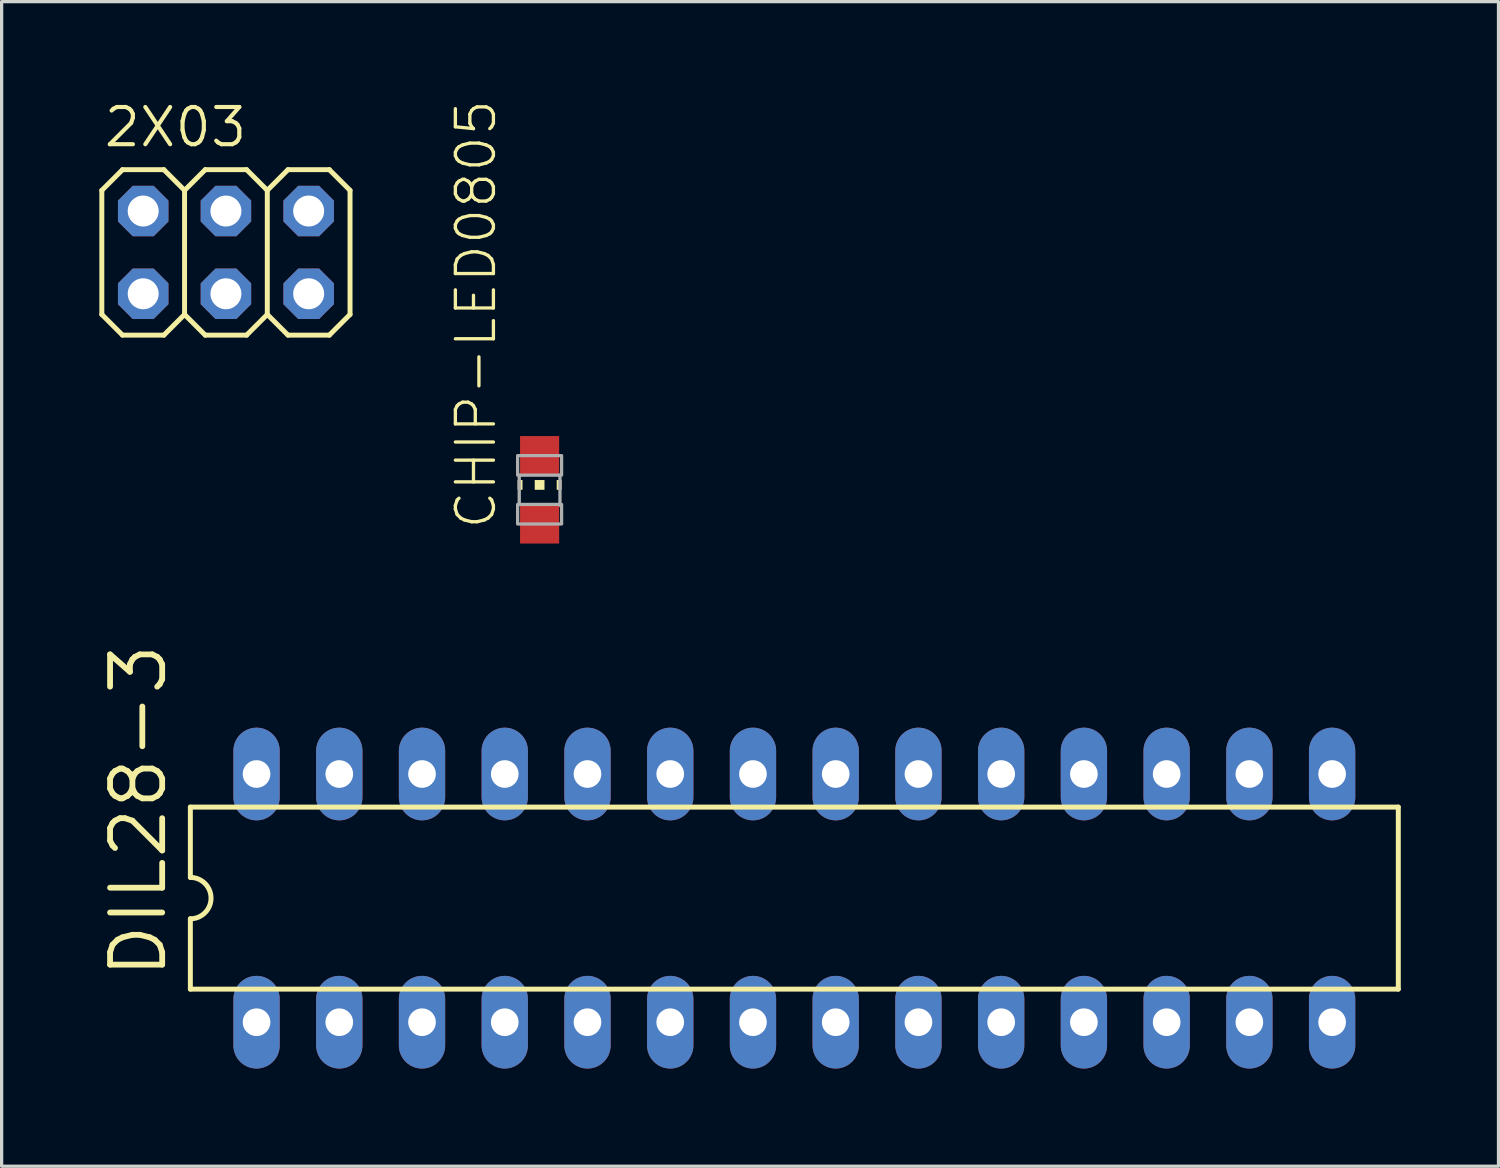
<source format=kicad_pcb>
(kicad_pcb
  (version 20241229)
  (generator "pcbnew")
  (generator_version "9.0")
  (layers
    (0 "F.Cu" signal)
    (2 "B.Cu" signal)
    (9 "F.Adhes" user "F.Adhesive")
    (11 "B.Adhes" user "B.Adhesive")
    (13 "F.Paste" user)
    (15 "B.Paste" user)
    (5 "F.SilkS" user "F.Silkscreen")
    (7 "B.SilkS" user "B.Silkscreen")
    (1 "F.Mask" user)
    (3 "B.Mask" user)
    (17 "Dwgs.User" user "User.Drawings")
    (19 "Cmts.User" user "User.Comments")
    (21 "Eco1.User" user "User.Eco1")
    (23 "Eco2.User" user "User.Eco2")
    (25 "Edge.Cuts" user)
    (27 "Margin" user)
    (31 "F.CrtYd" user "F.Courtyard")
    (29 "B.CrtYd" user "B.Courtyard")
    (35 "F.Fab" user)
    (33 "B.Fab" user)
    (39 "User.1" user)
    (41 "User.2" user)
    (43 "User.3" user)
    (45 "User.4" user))
  (footprint "CHIP-LED0805"
    (layer "F.Cu")
    (at 13.516 11.987)
    (property "Reference" "CHIP-LED0805" (at -1.27 1.27 90) (layer "F.SilkS") (effects (font (size 1.168 1.168) (thickness 0.102)) (justify left bottom)))
    (fp_poly (pts (xy -0.675 0) (xy -0.525 0) (xy -0.525 -0.3) (xy -0.675 -0.3)) (stroke (width 0) (type solid)) (fill yes) (layer "F.SilkS"))
    (fp_poly (pts (xy -0.15 0) (xy 0.15 0) (xy 0.15 -0.3) (xy -0.15 -0.3)) (stroke (width 0) (type solid)) (fill yes) (layer "F.SilkS"))
    (fp_poly (pts (xy 0.525 0) (xy 0.675 0) (xy 0.675 -0.3) (xy 0.525 -0.3)) (stroke (width 0) (type solid)) (fill yes) (layer "F.SilkS"))
    (fp_line (start -0.625 -0.45) (end -0.625 0.45) (stroke (width 0.102) (type solid)) (layer "F.Fab"))
    (fp_line (start 0.625 -0.45) (end 0.625 0.475) (stroke (width 0.102) (type solid)) (layer "F.Fab"))
    (fp_poly (pts (xy -0.675 -0.45) (xy 0.675 -0.45) (xy 0.675 -1.05) (xy -0.675 -1.05)) (stroke (width 0.1) (type solid)) (fill no) (layer "F.Fab"))
    (fp_poly (pts (xy -0.675 1.05) (xy 0.675 1.05) (xy 0.675 0.45) (xy -0.675 0.45)) (stroke (width 0.1) (type solid)) (fill no) (layer "F.Fab"))
    (pad "A" smd rect (at 0 1.05) (size 1.2 1.2) (layers "F.Cu" "F.Mask" "F.Paste"))
    (pad "C" smd rect (at 0 -1.05) (size 1.2 1.2) (layers "F.Cu" "F.Mask" "F.Paste")))
  (footprint "2X03"
    (layer "F.Cu")
    (at 3.886 4.699)
    (property "Reference" "2X03" (at -3.81 -3.175 0) (layer "F.SilkS") (effects (font (size 1.143 1.143) (thickness 0.127)) (justify left bottom)))
    (fp_line (start -3.81 -1.905) (end -3.175 -2.54) (stroke (width 0.152) (type solid)) (layer "F.SilkS"))
    (fp_line (start -3.81 1.905) (end -3.81 -1.905) (stroke (width 0.152) (type solid)) (layer "F.SilkS"))
    (fp_line (start -3.81 1.905) (end -3.175 2.54) (stroke (width 0.152) (type solid)) (layer "F.SilkS"))
    (fp_line (start -3.175 -2.54) (end -1.905 -2.54) (stroke (width 0.152) (type solid)) (layer "F.SilkS"))
    (fp_line (start -3.175 2.54) (end -1.905 2.54) (stroke (width 0.152) (type solid)) (layer "F.SilkS"))
    (fp_line (start -1.905 -2.54) (end -1.27 -1.905) (stroke (width 0.152) (type solid)) (layer "F.SilkS"))
    (fp_line (start -1.905 2.54) (end -1.27 1.905) (stroke (width 0.152) (type solid)) (layer "F.SilkS"))
    (fp_line (start -1.27 -1.905) (end -1.27 1.905) (stroke (width 0.152) (type solid)) (layer "F.SilkS"))
    (fp_line (start -1.27 -1.905) (end -0.635 -2.54) (stroke (width 0.152) (type solid)) (layer "F.SilkS"))
    (fp_line (start -1.27 1.905) (end -0.635 2.54) (stroke (width 0.152) (type solid)) (layer "F.SilkS"))
    (fp_line (start -0.635 -2.54) (end 0.635 -2.54) (stroke (width 0.152) (type solid)) (layer "F.SilkS"))
    (fp_line (start -0.635 2.54) (end 0.635 2.54) (stroke (width 0.152) (type solid)) (layer "F.SilkS"))
    (fp_line (start 0.635 -2.54) (end 1.27 -1.905) (stroke (width 0.152) (type solid)) (layer "F.SilkS"))
    (fp_line (start 0.635 2.54) (end 1.27 1.905) (stroke (width 0.152) (type solid)) (layer "F.SilkS"))
    (fp_line (start 1.27 -1.905) (end 1.27 1.905) (stroke (width 0.152) (type solid)) (layer "F.SilkS"))
    (fp_line (start 1.27 -1.905) (end 1.905 -2.54) (stroke (width 0.152) (type solid)) (layer "F.SilkS"))
    (fp_line (start 1.27 1.905) (end 1.905 2.54) (stroke (width 0.152) (type solid)) (layer "F.SilkS"))
    (fp_line (start 1.905 -2.54) (end 3.175 -2.54) (stroke (width 0.152) (type solid)) (layer "F.SilkS"))
    (fp_line (start 1.905 2.54) (end 3.175 2.54) (stroke (width 0.152) (type solid)) (layer "F.SilkS"))
    (fp_line (start 3.175 -2.54) (end 3.81 -1.905) (stroke (width 0.152) (type solid)) (layer "F.SilkS"))
    (fp_line (start 3.175 2.54) (end 3.81 1.905) (stroke (width 0.152) (type solid)) (layer "F.SilkS"))
    (fp_line (start 3.81 -1.905) (end 3.81 1.905) (stroke (width 0.152) (type solid)) (layer "F.SilkS"))
    (fp_poly (pts (xy -2.794 -1.016) (xy -2.286 -1.016) (xy -2.286 -1.524) (xy -2.794 -1.524)) (stroke (width 0.1) (type solid)) (fill no) (layer "F.Fab"))
    (fp_poly (pts (xy -2.794 1.524) (xy -2.286 1.524) (xy -2.286 1.016) (xy -2.794 1.016)) (stroke (width 0.1) (type solid)) (fill no) (layer "F.Fab"))
    (fp_poly (pts (xy -0.254 -1.016) (xy 0.254 -1.016) (xy 0.254 -1.524) (xy -0.254 -1.524)) (stroke (width 0.1) (type solid)) (fill no) (layer "F.Fab"))
    (fp_poly (pts (xy -0.254 1.524) (xy 0.254 1.524) (xy 0.254 1.016) (xy -0.254 1.016)) (stroke (width 0.1) (type solid)) (fill no) (layer "F.Fab"))
    (fp_poly (pts (xy 2.286 -1.016) (xy 2.794 -1.016) (xy 2.794 -1.524) (xy 2.286 -1.524)) (stroke (width 0.1) (type solid)) (fill no) (layer "F.Fab"))
    (fp_poly (pts (xy 2.286 1.524) (xy 2.794 1.524) (xy 2.794 1.016) (xy 2.286 1.016)) (stroke (width 0.1) (type solid)) (fill no) (layer "F.Fab"))
    (pad "1" thru_hole roundrect (at -2.54 1.27) (size 1.55 1.55) (drill 0.95) (layers "*.Cu" "*.Mask") (roundrect_rratio 0.25) (chamfer_ratio 0.293) (chamfer top_left top_right bottom_left bottom_right))
    (pad "2" thru_hole roundrect (at -2.54 -1.27) (size 1.55 1.55) (drill 0.95) (layers "*.Cu" "*.Mask") (roundrect_rratio 0.25) (chamfer_ratio 0.293) (chamfer top_left top_right bottom_left bottom_right))
    (pad "3" thru_hole roundrect (at 0 1.27) (size 1.55 1.55) (drill 0.95) (layers "*.Cu" "*.Mask") (roundrect_rratio 0.25) (chamfer_ratio 0.293) (chamfer top_left top_right bottom_left bottom_right))
    (pad "4" thru_hole roundrect (at 0 -1.27) (size 1.55 1.55) (drill 0.95) (layers "*.Cu" "*.Mask") (roundrect_rratio 0.25) (chamfer_ratio 0.293) (chamfer top_left top_right bottom_left bottom_right))
    (pad "5" thru_hole roundrect (at 2.54 1.27) (size 1.55 1.55) (drill 0.95) (layers "*.Cu" "*.Mask") (roundrect_rratio 0.25) (chamfer_ratio 0.293) (chamfer top_left top_right bottom_left bottom_right))
    (pad "6" thru_hole roundrect (at 2.54 -1.27) (size 1.55 1.55) (drill 0.95) (layers "*.Cu" "*.Mask") (roundrect_rratio 0.25) (chamfer_ratio 0.293) (chamfer top_left top_right bottom_left bottom_right)))
  (footprint "DIL28-3"
    (layer "F.Cu")
    (at 21.336 24.522)
    (property "Reference" "DIL28-3" (at -19.202 2.54 90) (layer "F.SilkS") (effects (font (size 1.6 1.6) (thickness 0.178)) (justify left bottom)))
    (fp_line (start -18.542 -2.794) (end -18.542 -0.635) (stroke (width 0.152) (type solid)) (layer "F.SilkS"))
    (fp_line (start -18.542 -2.794) (end 18.542 -2.794) (stroke (width 0.152) (type solid)) (layer "F.SilkS"))
    (fp_line (start -18.542 0.635) (end -18.542 2.794) (stroke (width 0.152) (type solid)) (layer "F.SilkS"))
    (fp_line (start -18.542 2.794) (end 18.542 2.794) (stroke (width 0.152) (type solid)) (layer "F.SilkS"))
    (fp_line (start 18.542 -2.794) (end 18.542 2.794) (stroke (width 0.152) (type solid)) (layer "F.SilkS"))
    (fp_arc (start -18.542 -0.635) (mid -17.907 0) (end -18.542 0.635) (stroke (width 0.1524) (type solid)) (layer "F.SilkS"))
    (pad "1" thru_hole oval (at -16.51 3.81 90) (size 2.845 1.422) (drill 0.85) (layers "*.Cu" "*.Mask"))
    (pad "2" thru_hole oval (at -13.97 3.81 90) (size 2.845 1.422) (drill 0.85) (layers "*.Cu" "*.Mask"))
    (pad "3" thru_hole oval (at -11.43 3.81 90) (size 2.845 1.422) (drill 0.85) (layers "*.Cu" "*.Mask"))
    (pad "4" thru_hole oval (at -8.89 3.81 90) (size 2.845 1.422) (drill 0.85) (layers "*.Cu" "*.Mask"))
    (pad "5" thru_hole oval (at -6.35 3.81 90) (size 2.845 1.422) (drill 0.85) (layers "*.Cu" "*.Mask"))
    (pad "6" thru_hole oval (at -3.81 3.81 90) (size 2.845 1.422) (drill 0.85) (layers "*.Cu" "*.Mask"))
    (pad "7" thru_hole oval (at -1.27 3.81 90) (size 2.845 1.422) (drill 0.85) (layers "*.Cu" "*.Mask"))
    (pad "8" thru_hole oval (at 1.27 3.81 90) (size 2.845 1.422) (drill 0.85) (layers "*.Cu" "*.Mask"))
    (pad "9" thru_hole oval (at 3.81 3.81 90) (size 2.845 1.422) (drill 0.85) (layers "*.Cu" "*.Mask"))
    (pad "10" thru_hole oval (at 6.35 3.81 90) (size 2.845 1.422) (drill 0.85) (layers "*.Cu" "*.Mask"))
    (pad "11" thru_hole oval (at 8.89 3.81 90) (size 2.845 1.422) (drill 0.85) (layers "*.Cu" "*.Mask"))
    (pad "12" thru_hole oval (at 11.43 3.81 90) (size 2.845 1.422) (drill 0.85) (layers "*.Cu" "*.Mask"))
    (pad "13" thru_hole oval (at 13.97 3.81 90) (size 2.845 1.422) (drill 0.85) (layers "*.Cu" "*.Mask"))
    (pad "14" thru_hole oval (at 16.51 3.81 90) (size 2.845 1.422) (drill 0.85) (layers "*.Cu" "*.Mask"))
    (pad "15" thru_hole oval (at 16.51 -3.81 90) (size 2.845 1.422) (drill 0.85) (layers "*.Cu" "*.Mask"))
    (pad "16" thru_hole oval (at 13.97 -3.81 90) (size 2.845 1.422) (drill 0.85) (layers "*.Cu" "*.Mask"))
    (pad "17" thru_hole oval (at 11.43 -3.81 90) (size 2.845 1.422) (drill 0.85) (layers "*.Cu" "*.Mask"))
    (pad "18" thru_hole oval (at 8.89 -3.81 90) (size 2.845 1.422) (drill 0.85) (layers "*.Cu" "*.Mask"))
    (pad "19" thru_hole oval (at 6.35 -3.81 90) (size 2.845 1.422) (drill 0.85) (layers "*.Cu" "*.Mask"))
    (pad "20" thru_hole oval (at 3.81 -3.81 90) (size 2.845 1.422) (drill 0.85) (layers "*.Cu" "*.Mask"))
    (pad "21" thru_hole oval (at 1.27 -3.81 90) (size 2.845 1.422) (drill 0.85) (layers "*.Cu" "*.Mask"))
    (pad "22" thru_hole oval (at -1.27 -3.81 90) (size 2.845 1.422) (drill 0.85) (layers "*.Cu" "*.Mask"))
    (pad "23" thru_hole oval (at -3.81 -3.81 90) (size 2.845 1.422) (drill 0.85) (layers "*.Cu" "*.Mask"))
    (pad "24" thru_hole oval (at -6.35 -3.81 90) (size 2.845 1.422) (drill 0.85) (layers "*.Cu" "*.Mask"))
    (pad "25" thru_hole oval (at -8.89 -3.81 90) (size 2.845 1.422) (drill 0.85) (layers "*.Cu" "*.Mask"))
    (pad "26" thru_hole oval (at -11.43 -3.81 90) (size 2.845 1.422) (drill 0.85) (layers "*.Cu" "*.Mask"))
    (pad "27" thru_hole oval (at -13.97 -3.81 90) (size 2.845 1.422) (drill 0.85) (layers "*.Cu" "*.Mask"))
    (pad "28" thru_hole oval (at -16.51 -3.81 90) (size 2.845 1.422) (drill 0.85) (layers "*.Cu" "*.Mask")))
  (gr_rect
    (start -3 -3)
    (end 42.954 32.754)
    (stroke (width 0.1) (type default))
    (fill no)
    (layer "Edge.Cuts")))
</source>
